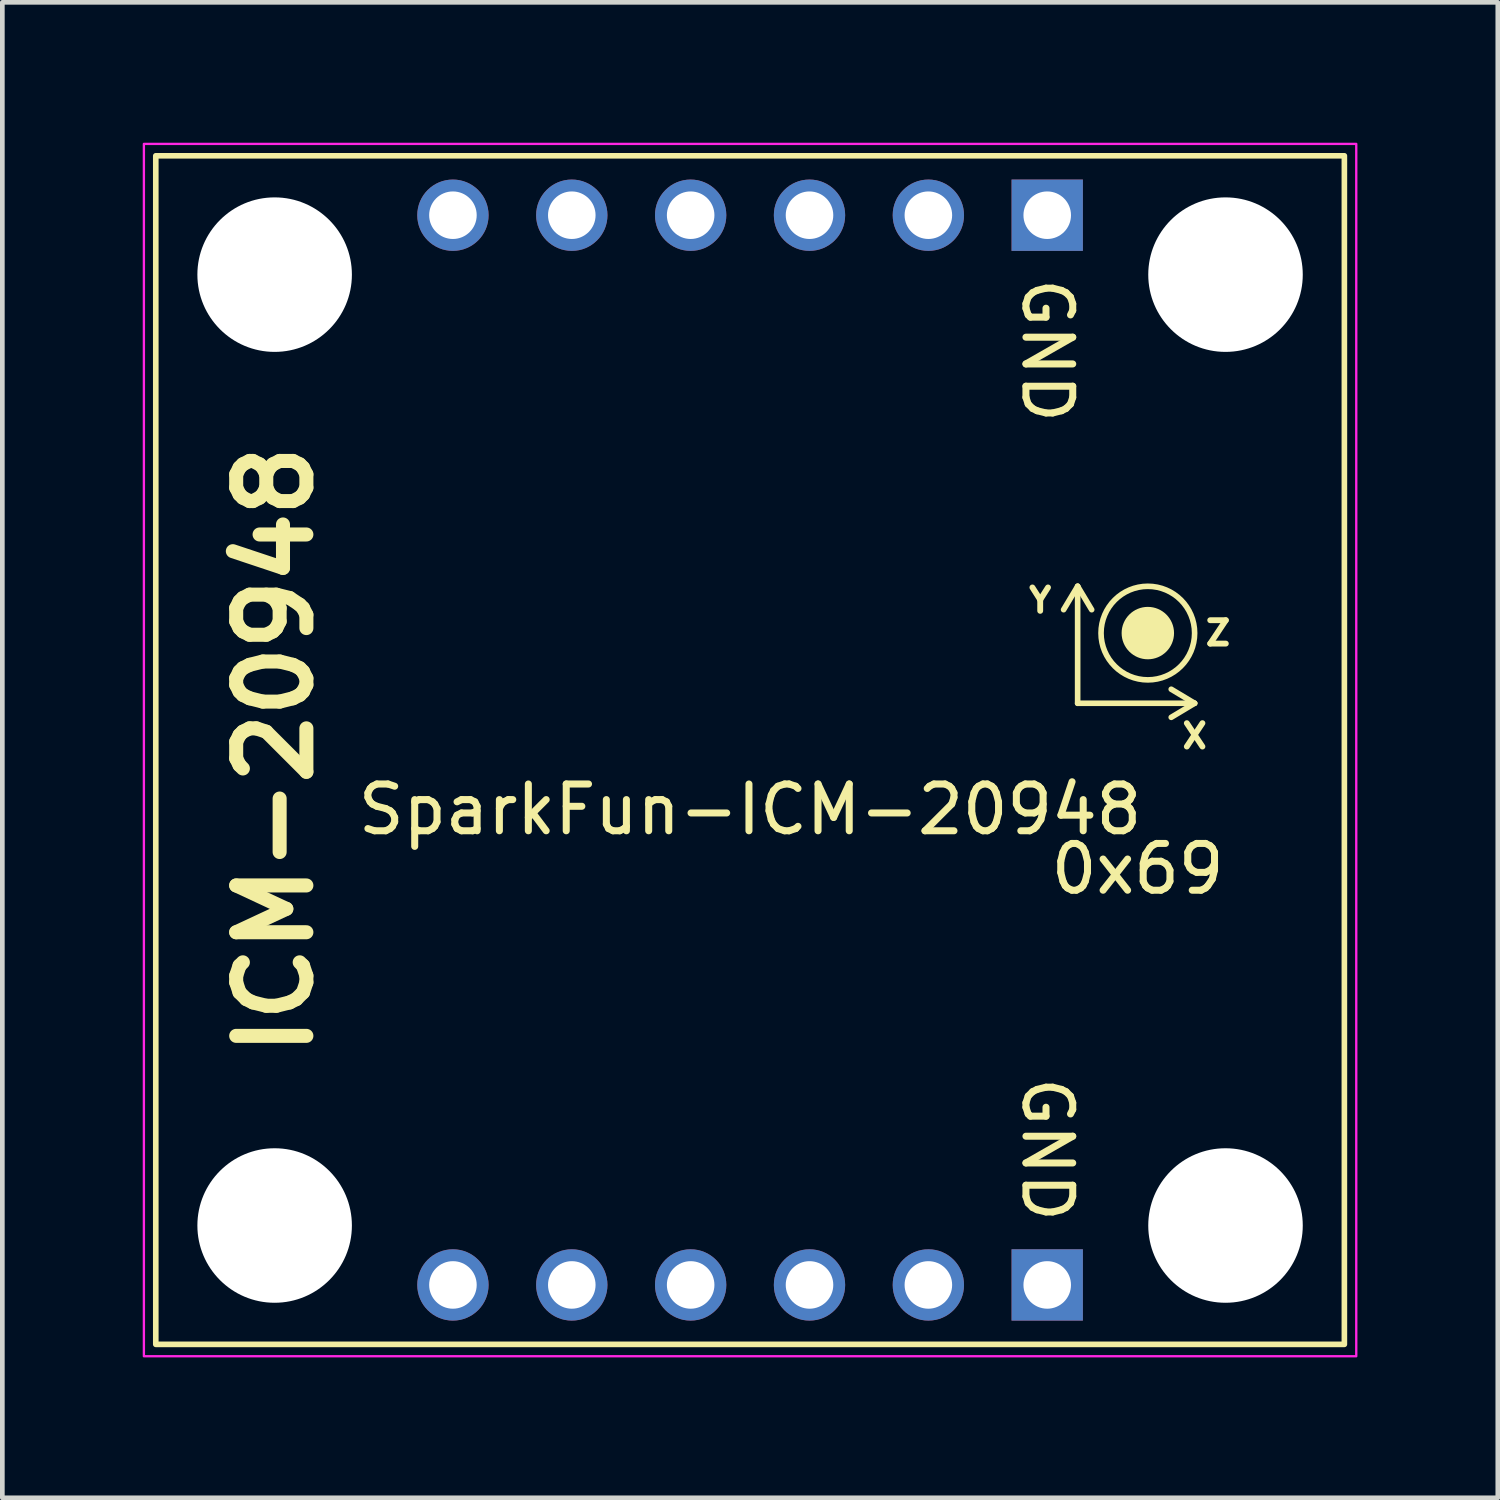
<source format=kicad_pcb>
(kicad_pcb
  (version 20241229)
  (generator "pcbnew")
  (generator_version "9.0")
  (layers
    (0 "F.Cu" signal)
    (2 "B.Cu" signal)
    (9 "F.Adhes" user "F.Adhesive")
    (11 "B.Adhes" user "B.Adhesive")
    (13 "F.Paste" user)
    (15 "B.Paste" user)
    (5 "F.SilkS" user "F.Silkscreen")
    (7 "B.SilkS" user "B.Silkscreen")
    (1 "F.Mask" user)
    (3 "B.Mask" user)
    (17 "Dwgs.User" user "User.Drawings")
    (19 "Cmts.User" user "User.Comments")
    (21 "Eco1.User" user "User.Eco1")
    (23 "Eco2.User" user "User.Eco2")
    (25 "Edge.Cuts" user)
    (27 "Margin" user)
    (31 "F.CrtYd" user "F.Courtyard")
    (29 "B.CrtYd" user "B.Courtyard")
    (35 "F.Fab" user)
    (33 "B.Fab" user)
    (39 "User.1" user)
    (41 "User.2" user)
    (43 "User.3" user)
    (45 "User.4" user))
  (footprint "SparkFun-ICM-20948"
    (layer "F.Cu")
    (at 12.979 12.979)
    (property "Reference" "SparkFun-ICM-20948" (at 0 1.27 180) (layer "F.SilkS") (effects (font (size 1 1) (thickness 0.15))))
    (attr through_hole)
    (fp_line (start 7 -3.5) (end 6.7 -3) (stroke (width 0.12) (type default)) (layer "F.SilkS"))
    (fp_line (start 7 -1) (end 7 -3.5) (stroke (width 0.12) (type default)) (layer "F.SilkS"))
    (fp_line (start 7.3 -3) (end 7 -3.5) (stroke (width 0.12) (type default)) (layer "F.SilkS"))
    (fp_line (start 9 -1.3) (end 9.5 -1) (stroke (width 0.12) (type default)) (layer "F.SilkS"))
    (fp_line (start 9.5 -1) (end 7 -1) (stroke (width 0.12) (type default)) (layer "F.SilkS"))
    (fp_line (start 9.5 -1) (end 9 -0.7) (stroke (width 0.12) (type default)) (layer "F.SilkS"))
    (fp_rect (start -12.7 -12.7) (end 12.7 12.7) (stroke (width 0.12) (type default)) (fill no) (layer "F.SilkS"))
    (fp_circle (center 8.5 -2.5) (end 9 -2.5) (stroke (width 0.12) (type solid)) (fill yes) (layer "F.SilkS"))
    (fp_circle (center 8.5 -2.5) (end 9.5 -2.5) (stroke (width 0.12) (type default)) (fill no) (layer "F.SilkS"))
    (fp_rect (start -12.954 -12.954) (end 12.954 12.954) (stroke (width 0.05) (type default)) (fill no) (layer "F.CrtYd"))
    (fp_text user "GND" (at 6.35 10.16 270) (unlocked yes) (layer "F.SilkS") (effects (font (size 1 1) (thickness 0.15)) (justify right)))
    (fp_text user "Y" (at 6.2 -3.2 0) (unlocked yes) (layer "F.SilkS") (effects (font (size 0.5 0.5) (thickness 0.125))))
    (fp_text user "0x69" (at 6.35 2.54 0) (unlocked yes) (layer "F.SilkS") (effects (font (size 1 1) (thickness 0.15)) (justify left)))
    (fp_text user "X" (at 9.5 -0.3 0) (unlocked yes) (layer "F.SilkS") (effects (font (size 0.5 0.5) (thickness 0.125))))
    (fp_text user "Z" (at 10 -2.5 0) (unlocked yes) (layer "F.SilkS") (effects (font (size 0.5 0.5) (thickness 0.125))))
    (fp_text user "ICM-20948" (at -10.16 0 90) (layer "F.SilkS") (effects (font (size 1.5 1.5) (thickness 0.3))))
    (fp_text user "GND" (at 6.35 -10.16 270) (unlocked yes) (layer "F.SilkS") (effects (font (size 1 1) (thickness 0.15)) (justify left)))
    (pad "" np_thru_hole circle (at -10.16 -10.16) (size 3.302 3.302) (drill 3.302) (layers "*.Cu" "*.Mask"))
    (pad "" np_thru_hole circle (at -10.16 10.16) (size 3.302 3.302) (drill 3.302) (layers "*.Cu" "*.Mask"))
    (pad "" np_thru_hole circle (at 10.16 -10.16) (size 3.302 3.302) (drill 3.302) (layers "*.Cu" "*.Mask"))
    (pad "" np_thru_hole circle (at 10.16 10.16) (size 3.302 3.302) (drill 3.302) (layers "*.Cu" "*.Mask"))
    (pad "1" thru_hole rect (at 6.35 -11.43) (size 1.524 1.524) (drill 1.016) (layers "*.Cu" "*.Mask"))
    (pad "2" thru_hole circle (at 3.81 -11.43) (size 1.524 1.524) (drill 1.016) (layers "*.Cu" "*.Mask"))
    (pad "3" thru_hole circle (at 1.27 -11.43) (size 1.524 1.524) (drill 1.016) (layers "*.Cu" "*.Mask"))
    (pad "4" thru_hole circle (at -1.27 -11.43) (size 1.524 1.524) (drill 1.016) (layers "*.Cu" "*.Mask"))
    (pad "5" thru_hole circle (at -3.81 -11.43) (size 1.524 1.524) (drill 1.016) (layers "*.Cu" "*.Mask"))
    (pad "6" thru_hole circle (at -6.35 -11.43) (size 1.524 1.524) (drill 1.016) (layers "*.Cu" "*.Mask"))
    (pad "A1" thru_hole rect (at 6.35 11.43) (size 1.524 1.524) (drill 1.016) (layers "*.Cu" "*.Mask"))
    (pad "A2" thru_hole circle (at 3.81 11.43) (size 1.524 1.524) (drill 1.016) (layers "*.Cu" "*.Mask"))
    (pad "A3" thru_hole circle (at 1.27 11.43) (size 1.524 1.524) (drill 1.016) (layers "*.Cu" "*.Mask"))
    (pad "A4" thru_hole circle (at -1.27 11.43) (size 1.524 1.524) (drill 1.016) (layers "*.Cu" "*.Mask"))
    (pad "A5" thru_hole circle (at -3.81 11.43) (size 1.524 1.524) (drill 1.016) (layers "*.Cu" "*.Mask"))
    (pad "A6" thru_hole circle (at -6.35 11.43) (size 1.524 1.524) (drill 1.016) (layers "*.Cu" "*.Mask")))
  (gr_rect
    (start -3 -3)
    (end 28.958 28.958)
    (stroke (width 0.1) (type default))
    (fill no)
    (layer "Edge.Cuts")))
</source>
